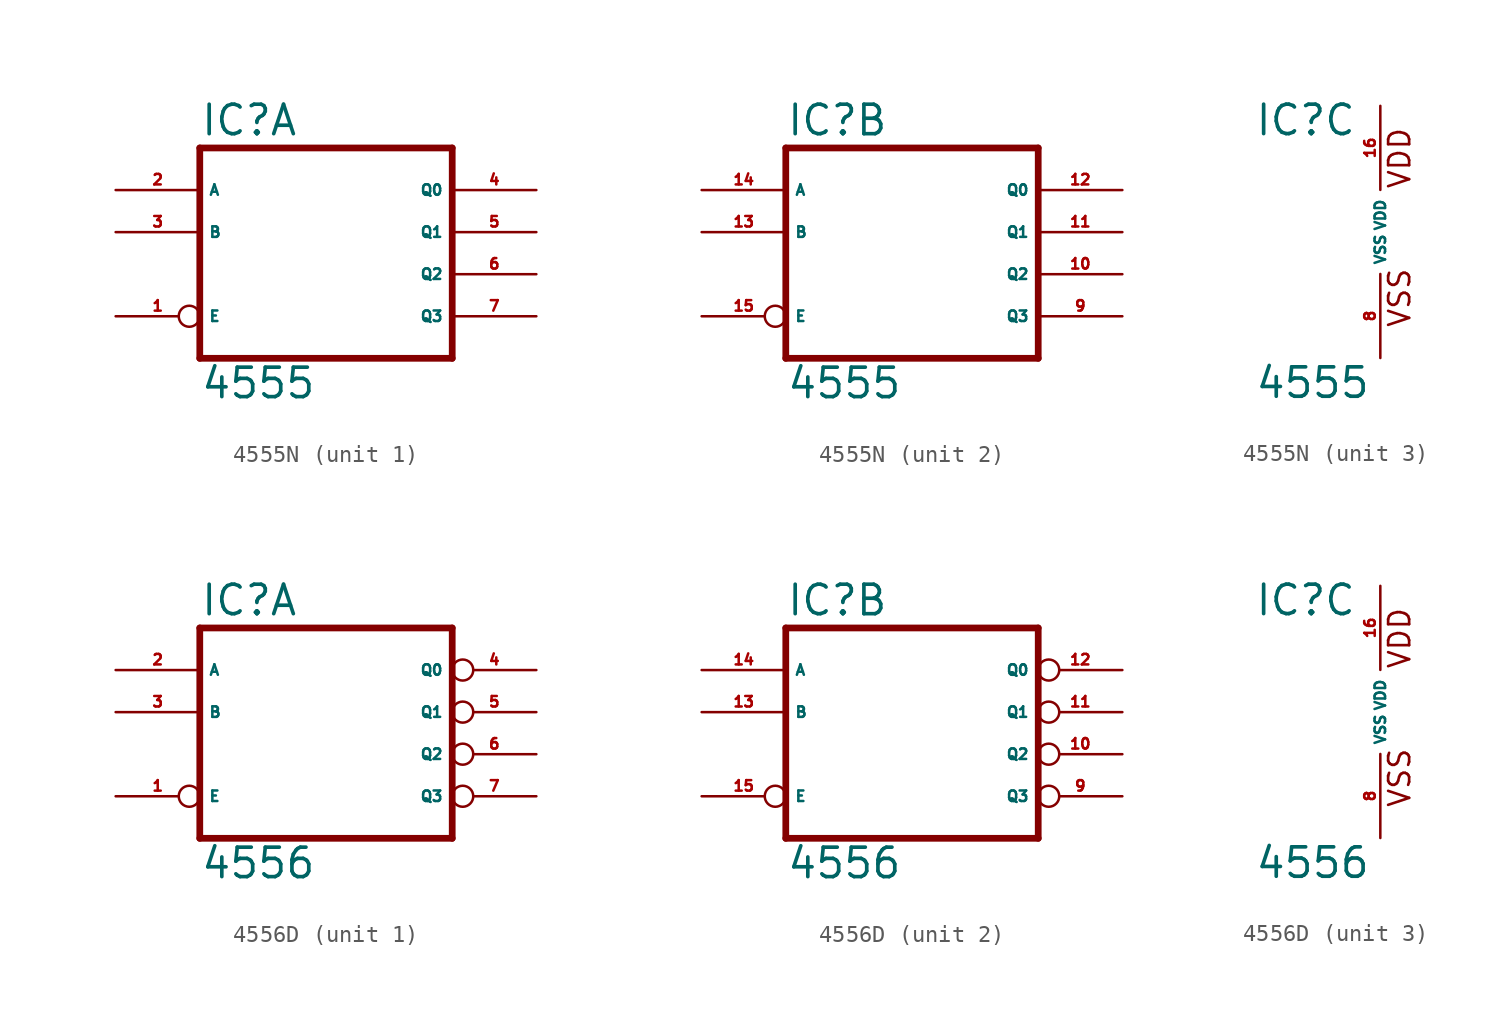
<source format=kicad_sym>
(kicad_symbol_lib
  (version 20220914)
  (generator Eagle2Kicad)
  (symbol "4555N"
    (property "Reference" "IC"
      (at -7.62 5.715 0)
      (effects (font (size 1.778 1.778) (thickness 0.22)) (justify left bottom)))
    (property "Value" "4555"
      (at -7.62 -10.16 0)
      (effects (font (size 1.778 1.778) (thickness 0.22)) (justify left bottom)))
    (symbol "4555N_1_0"
      (polyline (pts (xy -7.62 -7.62) (xy 7.62 -7.62)) (stroke (width 0.406) (type default)) (fill (type none)))
      (polyline (pts (xy 7.62 -7.62) (xy 7.62 5.08)) (stroke (width 0.406) (type default)) (fill (type none)))
      (polyline (pts (xy 7.62 5.08) (xy -7.62 5.08)) (stroke (width 0.406) (type default)) (fill (type none)))
      (polyline (pts (xy -7.62 5.08) (xy -7.62 -7.62)) (stroke (width 0.406) (type default)) (fill (type none)))
      (pin input inverted (at -12.7 -5.08 0) (length 5.08) (name "E" (effects (font (size 0.635 0.635) (thickness 0.08)) (justify left bottom))) (number "1" (effects (font (size 0.635 0.635) (thickness 0.08)) (justify left bottom))))
      (pin input line (at -12.7 2.54 0) (length 5.08) (name "A" (effects (font (size 0.635 0.635) (thickness 0.08)) (justify left bottom))) (number "2" (effects (font (size 0.635 0.635) (thickness 0.08)) (justify left bottom))))
      (pin input line (at -12.7 0 0) (length 5.08) (name "B" (effects (font (size 0.635 0.635) (thickness 0.08)) (justify left bottom))) (number "3" (effects (font (size 0.635 0.635) (thickness 0.08)) (justify left bottom))))
      (pin output line (at 12.7 2.54 180) (length 5.08) (name "Q0" (effects (font (size 0.635 0.635) (thickness 0.08)) (justify left bottom))) (number "4" (effects (font (size 0.635 0.635) (thickness 0.08)) (justify left bottom))))
      (pin output line (at 12.7 0 180) (length 5.08) (name "Q1" (effects (font (size 0.635 0.635) (thickness 0.08)) (justify left bottom))) (number "5" (effects (font (size 0.635 0.635) (thickness 0.08)) (justify left bottom))))
      (pin output line (at 12.7 -2.54 180) (length 5.08) (name "Q2" (effects (font (size 0.635 0.635) (thickness 0.08)) (justify left bottom))) (number "6" (effects (font (size 0.635 0.635) (thickness 0.08)) (justify left bottom))))
      (pin output line (at 12.7 -5.08 180) (length 5.08) (name "Q3" (effects (font (size 0.635 0.635) (thickness 0.08)) (justify left bottom))) (number "7" (effects (font (size 0.635 0.635) (thickness 0.08)) (justify left bottom)))))
    (symbol "4555N_2_0"
      (polyline (pts (xy -7.62 -7.62) (xy 7.62 -7.62)) (stroke (width 0.406) (type default)) (fill (type none)))
      (polyline (pts (xy 7.62 -7.62) (xy 7.62 5.08)) (stroke (width 0.406) (type default)) (fill (type none)))
      (polyline (pts (xy 7.62 5.08) (xy -7.62 5.08)) (stroke (width 0.406) (type default)) (fill (type none)))
      (polyline (pts (xy -7.62 5.08) (xy -7.62 -7.62)) (stroke (width 0.406) (type default)) (fill (type none)))
      (pin input inverted (at -12.7 -5.08 0) (length 5.08) (name "E" (effects (font (size 0.635 0.635) (thickness 0.08)) (justify left bottom))) (number "15" (effects (font (size 0.635 0.635) (thickness 0.08)) (justify left bottom))))
      (pin input line (at -12.7 2.54 0) (length 5.08) (name "A" (effects (font (size 0.635 0.635) (thickness 0.08)) (justify left bottom))) (number "14" (effects (font (size 0.635 0.635) (thickness 0.08)) (justify left bottom))))
      (pin input line (at -12.7 0 0) (length 5.08) (name "B" (effects (font (size 0.635 0.635) (thickness 0.08)) (justify left bottom))) (number "13" (effects (font (size 0.635 0.635) (thickness 0.08)) (justify left bottom))))
      (pin output line (at 12.7 2.54 180) (length 5.08) (name "Q0" (effects (font (size 0.635 0.635) (thickness 0.08)) (justify left bottom))) (number "12" (effects (font (size 0.635 0.635) (thickness 0.08)) (justify left bottom))))
      (pin output line (at 12.7 0 180) (length 5.08) (name "Q1" (effects (font (size 0.635 0.635) (thickness 0.08)) (justify left bottom))) (number "11" (effects (font (size 0.635 0.635) (thickness 0.08)) (justify left bottom))))
      (pin output line (at 12.7 -2.54 180) (length 5.08) (name "Q2" (effects (font (size 0.635 0.635) (thickness 0.08)) (justify left bottom))) (number "10" (effects (font (size 0.635 0.635) (thickness 0.08)) (justify left bottom))))
      (pin output line (at 12.7 -5.08 180) (length 5.08) (name "Q3" (effects (font (size 0.635 0.635) (thickness 0.08)) (justify left bottom))) (number "9" (effects (font (size 0.635 0.635) (thickness 0.08)) (justify left bottom)))))
    (symbol "4555N_3_0"
      (text "VDD" (at 1.905 2.54 900) (effects (font (size 1.27 1.27) (thickness 0.16)) (justify left bottom)))
      (text "VSS" (at 1.905 -5.842 900) (effects (font (size 1.27 1.27) (thickness 0.16)) (justify left bottom)))
      (pin unspecified line (at 0 -7.62 90) (length 5.08) (name "VSS" (effects (font (size 0.635 0.635) (thickness 0.08)) (justify left bottom))) (number "8" (effects (font (size 0.635 0.635) (thickness 0.08)) (justify left bottom))))
      (pin unspecified line (at 0 7.62 270) (length 5.08) (name "VDD" (effects (font (size 0.635 0.635) (thickness 0.08)) (justify left bottom))) (number "16" (effects (font (size 0.635 0.635) (thickness 0.08)) (justify left bottom))))))
  (symbol "4556D"
    (property "Reference" "IC"
      (at -7.62 5.715 0)
      (effects (font (size 1.778 1.778) (thickness 0.22)) (justify left bottom)))
    (property "Value" "4556"
      (at -7.62 -10.16 0)
      (effects (font (size 1.778 1.778) (thickness 0.22)) (justify left bottom)))
    (symbol "4556D_1_0"
      (polyline (pts (xy -7.62 -7.62) (xy 7.62 -7.62)) (stroke (width 0.406) (type default)) (fill (type none)))
      (polyline (pts (xy 7.62 -7.62) (xy 7.62 5.08)) (stroke (width 0.406) (type default)) (fill (type none)))
      (polyline (pts (xy 7.62 5.08) (xy -7.62 5.08)) (stroke (width 0.406) (type default)) (fill (type none)))
      (polyline (pts (xy -7.62 5.08) (xy -7.62 -7.62)) (stroke (width 0.406) (type default)) (fill (type none)))
      (pin input inverted (at -12.7 -5.08 0) (length 5.08) (name "E" (effects (font (size 0.635 0.635) (thickness 0.08)) (justify left bottom))) (number "1" (effects (font (size 0.635 0.635) (thickness 0.08)) (justify left bottom))))
      (pin input line (at -12.7 2.54 0) (length 5.08) (name "A" (effects (font (size 0.635 0.635) (thickness 0.08)) (justify left bottom))) (number "2" (effects (font (size 0.635 0.635) (thickness 0.08)) (justify left bottom))))
      (pin input line (at -12.7 0 0) (length 5.08) (name "B" (effects (font (size 0.635 0.635) (thickness 0.08)) (justify left bottom))) (number "3" (effects (font (size 0.635 0.635) (thickness 0.08)) (justify left bottom))))
      (pin output inverted (at 12.7 2.54 180) (length 5.08) (name "Q0" (effects (font (size 0.635 0.635) (thickness 0.08)) (justify left bottom))) (number "4" (effects (font (size 0.635 0.635) (thickness 0.08)) (justify left bottom))))
      (pin output inverted (at 12.7 0 180) (length 5.08) (name "Q1" (effects (font (size 0.635 0.635) (thickness 0.08)) (justify left bottom))) (number "5" (effects (font (size 0.635 0.635) (thickness 0.08)) (justify left bottom))))
      (pin output inverted (at 12.7 -2.54 180) (length 5.08) (name "Q2" (effects (font (size 0.635 0.635) (thickness 0.08)) (justify left bottom))) (number "6" (effects (font (size 0.635 0.635) (thickness 0.08)) (justify left bottom))))
      (pin output inverted (at 12.7 -5.08 180) (length 5.08) (name "Q3" (effects (font (size 0.635 0.635) (thickness 0.08)) (justify left bottom))) (number "7" (effects (font (size 0.635 0.635) (thickness 0.08)) (justify left bottom)))))
    (symbol "4556D_2_0"
      (polyline (pts (xy -7.62 -7.62) (xy 7.62 -7.62)) (stroke (width 0.406) (type default)) (fill (type none)))
      (polyline (pts (xy 7.62 -7.62) (xy 7.62 5.08)) (stroke (width 0.406) (type default)) (fill (type none)))
      (polyline (pts (xy 7.62 5.08) (xy -7.62 5.08)) (stroke (width 0.406) (type default)) (fill (type none)))
      (polyline (pts (xy -7.62 5.08) (xy -7.62 -7.62)) (stroke (width 0.406) (type default)) (fill (type none)))
      (pin input inverted (at -12.7 -5.08 0) (length 5.08) (name "E" (effects (font (size 0.635 0.635) (thickness 0.08)) (justify left bottom))) (number "15" (effects (font (size 0.635 0.635) (thickness 0.08)) (justify left bottom))))
      (pin input line (at -12.7 2.54 0) (length 5.08) (name "A" (effects (font (size 0.635 0.635) (thickness 0.08)) (justify left bottom))) (number "14" (effects (font (size 0.635 0.635) (thickness 0.08)) (justify left bottom))))
      (pin input line (at -12.7 0 0) (length 5.08) (name "B" (effects (font (size 0.635 0.635) (thickness 0.08)) (justify left bottom))) (number "13" (effects (font (size 0.635 0.635) (thickness 0.08)) (justify left bottom))))
      (pin output inverted (at 12.7 2.54 180) (length 5.08) (name "Q0" (effects (font (size 0.635 0.635) (thickness 0.08)) (justify left bottom))) (number "12" (effects (font (size 0.635 0.635) (thickness 0.08)) (justify left bottom))))
      (pin output inverted (at 12.7 0 180) (length 5.08) (name "Q1" (effects (font (size 0.635 0.635) (thickness 0.08)) (justify left bottom))) (number "11" (effects (font (size 0.635 0.635) (thickness 0.08)) (justify left bottom))))
      (pin output inverted (at 12.7 -2.54 180) (length 5.08) (name "Q2" (effects (font (size 0.635 0.635) (thickness 0.08)) (justify left bottom))) (number "10" (effects (font (size 0.635 0.635) (thickness 0.08)) (justify left bottom))))
      (pin output inverted (at 12.7 -5.08 180) (length 5.08) (name "Q3" (effects (font (size 0.635 0.635) (thickness 0.08)) (justify left bottom))) (number "9" (effects (font (size 0.635 0.635) (thickness 0.08)) (justify left bottom)))))
    (symbol "4556D_3_0"
      (text "VDD" (at 1.905 2.54 900) (effects (font (size 1.27 1.27) (thickness 0.16)) (justify left bottom)))
      (text "VSS" (at 1.905 -5.842 900) (effects (font (size 1.27 1.27) (thickness 0.16)) (justify left bottom)))
      (pin unspecified line (at 0 -7.62 90) (length 5.08) (name "VSS" (effects (font (size 0.635 0.635) (thickness 0.08)) (justify left bottom))) (number "8" (effects (font (size 0.635 0.635) (thickness 0.08)) (justify left bottom))))
      (pin unspecified line (at 0 7.62 270) (length 5.08) (name "VDD" (effects (font (size 0.635 0.635) (thickness 0.08)) (justify left bottom))) (number "16" (effects (font (size 0.635 0.635) (thickness 0.08)) (justify left bottom)))))))
</source>
